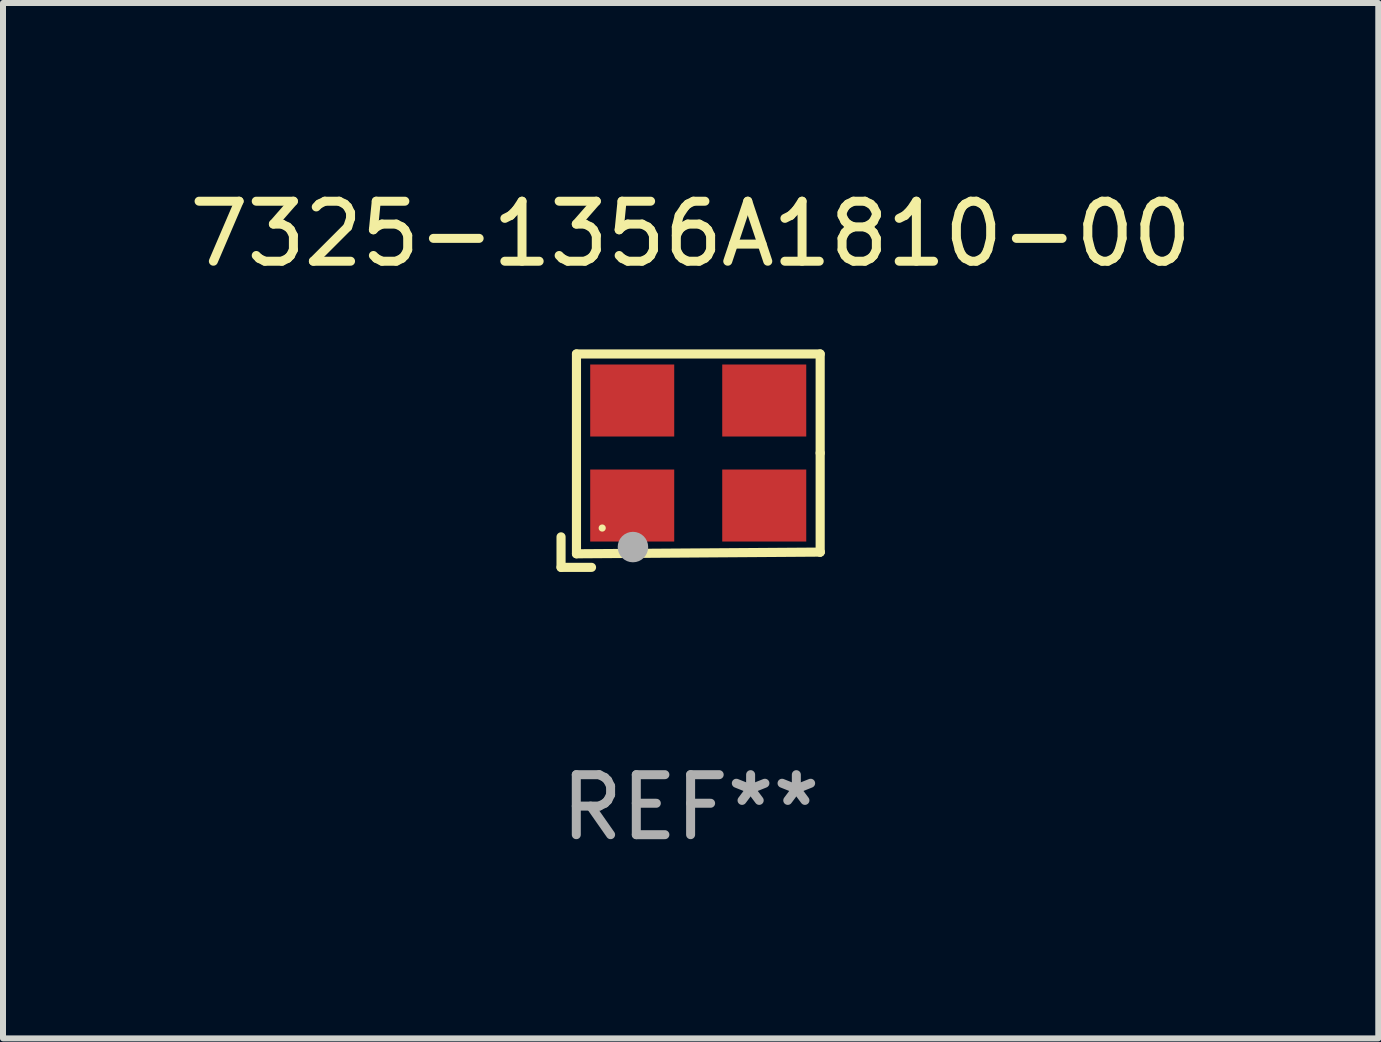
<source format=kicad_pcb>
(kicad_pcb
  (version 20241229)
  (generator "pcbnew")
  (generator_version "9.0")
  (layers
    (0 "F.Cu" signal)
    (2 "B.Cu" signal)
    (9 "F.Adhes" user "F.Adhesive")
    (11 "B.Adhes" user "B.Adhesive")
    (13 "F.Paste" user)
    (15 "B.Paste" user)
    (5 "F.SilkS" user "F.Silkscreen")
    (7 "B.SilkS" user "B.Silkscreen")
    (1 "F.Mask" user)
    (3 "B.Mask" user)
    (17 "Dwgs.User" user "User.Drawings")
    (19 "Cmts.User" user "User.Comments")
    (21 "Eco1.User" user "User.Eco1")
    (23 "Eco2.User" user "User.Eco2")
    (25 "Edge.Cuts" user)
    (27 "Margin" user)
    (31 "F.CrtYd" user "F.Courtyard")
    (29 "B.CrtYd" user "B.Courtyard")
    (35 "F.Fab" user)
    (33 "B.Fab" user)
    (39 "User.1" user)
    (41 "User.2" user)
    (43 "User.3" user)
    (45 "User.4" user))
  (footprint "7325-1356A1810-00"
    (layer "F.Cu")
    (at 8.458 4.626)
    (property "Reference" "7325-1356A1810-00" (at 0 -3.778 0) (layer "F.SilkS") (effects (font (size 1 1) (thickness 0.15))))
    (attr through_hole)
    (fp_line (start -2.159 1.27) (end -2.159 1.778) (stroke (width 0.152) (type solid)) (layer "F.SilkS"))
    (fp_line (start -2.159 1.778) (end -1.651 1.778) (stroke (width 0.152) (type solid)) (layer "F.SilkS"))
    (fp_line (start -1.902 -1.778) (end 2.159 -1.778) (stroke (width 0.152) (type solid)) (layer "F.SilkS"))
    (fp_line (start -1.902 1.552) (end -1.902 -1.778) (stroke (width 0.152) (type solid)) (layer "F.SilkS"))
    (fp_line (start 2.159 -1.778) (end 2.159 -0.127) (stroke (width 0.152) (type solid)) (layer "F.SilkS"))
    (fp_line (start 2.159 -0.127) (end 2.159 1.524) (stroke (width 0.152) (type solid)) (layer "F.SilkS"))
    (fp_line (start 2.159 1.524) (end -1.902 1.552) (stroke (width 0.152) (type solid)) (layer "F.SilkS"))
    (fp_line (start 2.159 1.524) (end 2.159 1.524) (stroke (width 0.152) (type solid)) (layer "F.SilkS"))
    (fp_circle (center -1.473 1.123) (end -1.443 1.123) (stroke (width 0.06) (type solid)) (fill no) (layer "F.SilkS"))
    (fp_circle (center -0.961 1.44) (end -0.834 1.44) (stroke (width 0.254) (type solid)) (fill no) (layer "F.Fab"))
    (fp_text user "REF**" (at 0 5.778 0) (layer "F.Fab") (effects (font (size 1 1) (thickness 0.15))))
    (pad "1" smd rect (at -0.973 0.748) (size 1.4 1.2) (layers "F.Cu" "F.Mask" "F.Paste"))
    (pad "2" smd rect (at 1.227 0.748) (size 1.4 1.2) (layers "F.Cu" "F.Mask" "F.Paste"))
    (pad "3" smd rect (at 1.227 -1.002) (size 1.4 1.2) (layers "F.Cu" "F.Mask" "F.Paste"))
    (pad "4" smd rect (at -0.973 -1.002) (size 1.4 1.2) (layers "F.Cu" "F.Mask" "F.Paste")))
  (gr_rect
    (start -3 -3)
    (end 19.917 14.253)
    (stroke (width 0.1) (type default))
    (fill no)
    (layer "Edge.Cuts")))
</source>
